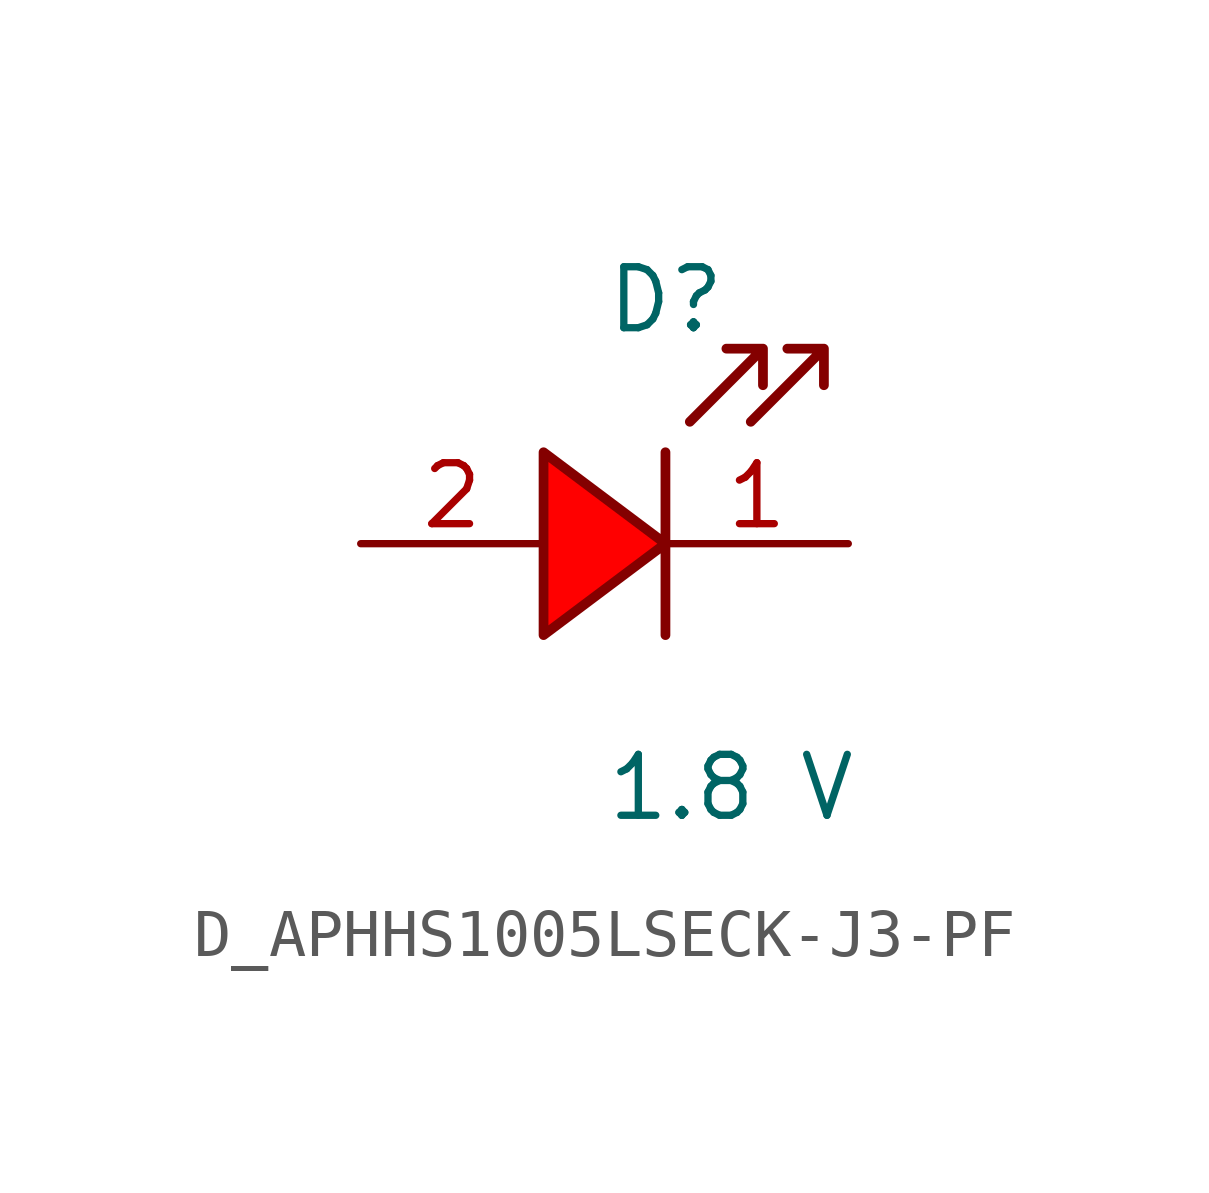
<source format=kicad_sym>
(kicad_symbol_lib
  (version 20231120)
  (generator kicad_symbol_editor)
  (generator_version 8.0)
  (symbol "D_APHHS1005LSECK-J3-PF"
    (pin_names
      (offset 0.254))
    (property "Reference" "D"
      (at 0.0 5.08 0)
      (effects (font (size 1.27 1.27)) (justify left)))
    (property "Value" "1.8 V"
      (at 0.0 -5.08 0)
      (effects (font (size 1.27 1.27)) (justify left)))
    (symbol "D_APHHS1005LSECK-J3-PF_1_0"
      (polyline (pts (xy 1.27 1.905) (xy 1.27 0) (xy -1.27 1.905) (xy -1.27 -1.905) (xy 1.27 0) (xy 1.27 -1.905)) (stroke (width 0.203) (type default)) (fill (type color) (color 255 0 0 1)))
      (polyline (pts (xy 1.778 2.54) (xy 3.302 4.064) (xy 2.54 4.064) (xy 3.302 4.064) (xy 3.302 3.302)) (stroke (width 0.203) (type default)) (fill (type none)))
      (polyline (pts (xy 3.048 2.54) (xy 4.572 4.064) (xy 3.81 4.064) (xy 4.572 4.064) (xy 4.572 3.302)) (stroke (width 0.203) (type default)) (fill (type none)))
      (pin unspecified line (at 5.08 0 180) (length 3.81) (name "" (effects (font (size 1.27 1.27)))) (number "1" (effects (font (size 1.27 1.27)))))
      (pin unspecified line (at -5.08 0 0) (length 3.81) (name "" (effects (font (size 1.27 1.27)))) (number "2" (effects (font (size 1.27 1.27))))))))
</source>
